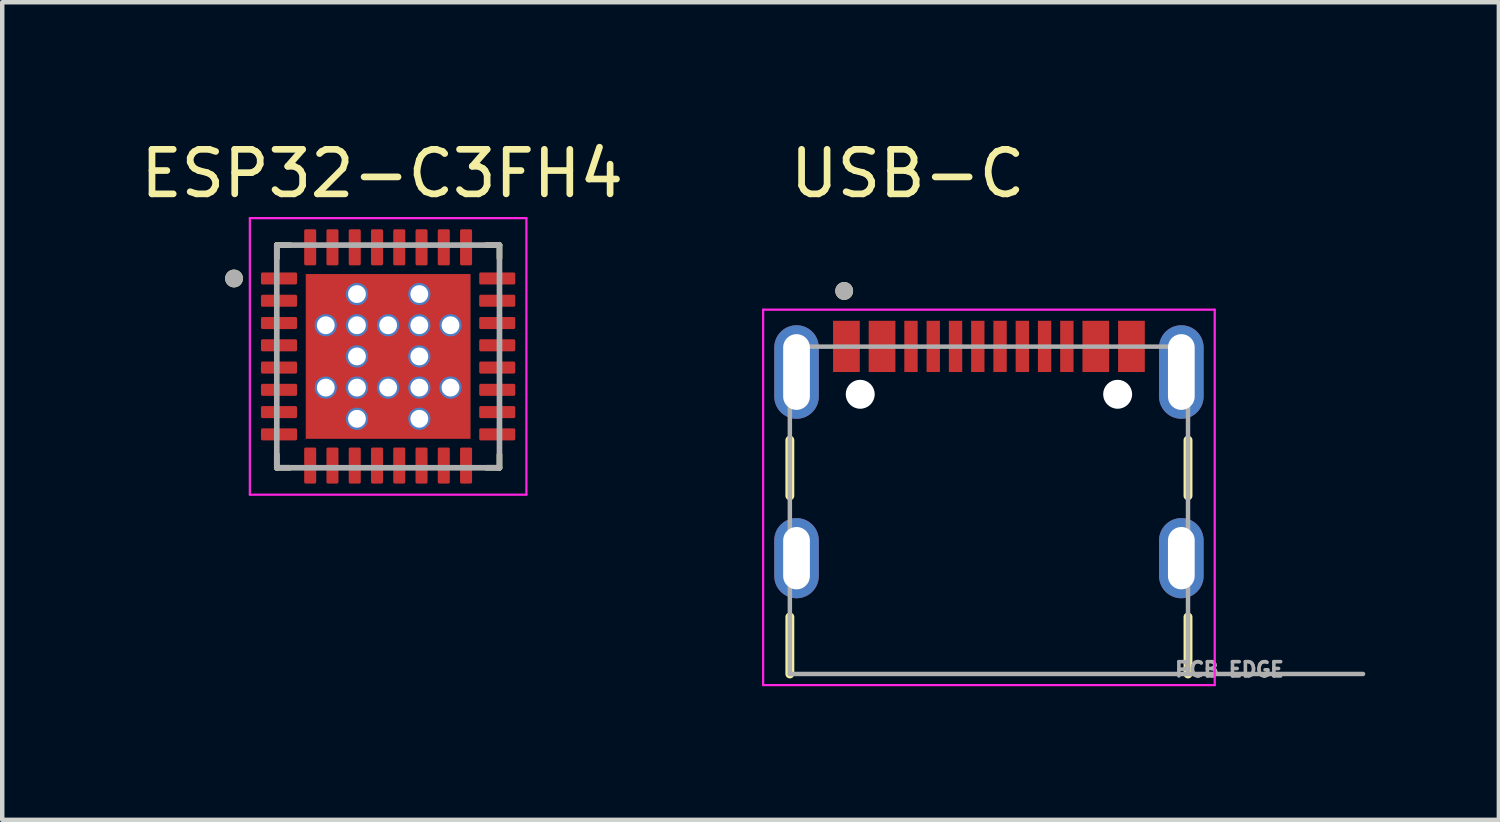
<source format=kicad_pcb>
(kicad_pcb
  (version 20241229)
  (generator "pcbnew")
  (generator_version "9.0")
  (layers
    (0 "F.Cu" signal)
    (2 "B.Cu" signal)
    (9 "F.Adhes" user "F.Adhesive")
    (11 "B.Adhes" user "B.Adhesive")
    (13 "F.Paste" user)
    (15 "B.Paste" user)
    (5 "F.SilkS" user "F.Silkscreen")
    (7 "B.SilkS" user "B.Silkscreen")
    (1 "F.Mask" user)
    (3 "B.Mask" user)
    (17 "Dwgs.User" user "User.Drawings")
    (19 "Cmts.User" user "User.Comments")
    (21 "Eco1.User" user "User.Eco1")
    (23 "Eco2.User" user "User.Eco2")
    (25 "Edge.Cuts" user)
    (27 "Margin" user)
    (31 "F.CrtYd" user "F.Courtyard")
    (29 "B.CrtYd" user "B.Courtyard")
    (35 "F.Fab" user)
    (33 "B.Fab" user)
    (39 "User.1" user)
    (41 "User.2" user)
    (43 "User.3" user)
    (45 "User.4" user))
  (footprint "USB-C"
    (layer "F.Cu")
    (at 19.155 9.483)
    (property "Reference" "USB-C" (at -1.825 -8.635 0) (layer "F.SilkS") (effects (font (size 1 1) (thickness 0.15))))
    (attr smd)
    (fp_poly (pts (xy -3.55 -5.38) (xy -2.85 -5.38) (xy -2.85 -4.13) (xy -3.55 -4.13)) (stroke (width 0.01) (type solid)) (fill yes) (layer "F.Mask"))
    (fp_poly (pts (xy -2.75 -5.38) (xy -2.05 -5.38) (xy -2.05 -4.13) (xy -2.75 -4.13)) (stroke (width 0.01) (type solid)) (fill yes) (layer "F.Mask"))
    (fp_poly (pts (xy -1.95 -5.38) (xy -1.55 -5.38) (xy -1.55 -4.13) (xy -1.95 -4.13)) (stroke (width 0.01) (type solid)) (fill yes) (layer "F.Mask"))
    (fp_poly (pts (xy -1.45 -5.38) (xy -1.05 -5.38) (xy -1.05 -4.13) (xy -1.45 -4.13)) (stroke (width 0.01) (type solid)) (fill yes) (layer "F.Mask"))
    (fp_poly (pts (xy -0.95 -5.38) (xy -0.55 -5.38) (xy -0.55 -4.13) (xy -0.95 -4.13)) (stroke (width 0.01) (type solid)) (fill yes) (layer "F.Mask"))
    (fp_poly (pts (xy -0.45 -5.38) (xy -0.05 -5.38) (xy -0.05 -4.13) (xy -0.45 -4.13)) (stroke (width 0.01) (type solid)) (fill yes) (layer "F.Mask"))
    (fp_poly (pts (xy 0.05 -5.38) (xy 0.45 -5.38) (xy 0.45 -4.13) (xy 0.05 -4.13)) (stroke (width 0.01) (type solid)) (fill yes) (layer "F.Mask"))
    (fp_poly (pts (xy 0.55 -5.38) (xy 0.95 -5.38) (xy 0.95 -4.13) (xy 0.55 -4.13)) (stroke (width 0.01) (type solid)) (fill yes) (layer "F.Mask"))
    (fp_poly (pts (xy 1.05 -5.38) (xy 1.45 -5.38) (xy 1.45 -4.13) (xy 1.05 -4.13)) (stroke (width 0.01) (type solid)) (fill yes) (layer "F.Mask"))
    (fp_poly (pts (xy 1.55 -5.38) (xy 1.95 -5.38) (xy 1.95 -4.13) (xy 1.55 -4.13)) (stroke (width 0.01) (type solid)) (fill yes) (layer "F.Mask"))
    (fp_poly (pts (xy 2.05 -5.38) (xy 2.75 -5.38) (xy 2.75 -4.13) (xy 2.05 -4.13)) (stroke (width 0.01) (type solid)) (fill yes) (layer "F.Mask"))
    (fp_poly (pts (xy 2.85 -5.38) (xy 3.55 -5.38) (xy 3.55 -4.13) (xy 2.85 -4.13)) (stroke (width 0.01) (type solid)) (fill yes) (layer "F.Mask"))
    (fp_line (start -4.47 -2.65) (end -4.47 -1.4) (stroke (width 0.2) (type solid)) (layer "F.SilkS"))
    (fp_line (start -4.47 1.32) (end -4.47 2.6) (stroke (width 0.2) (type solid)) (layer "F.SilkS"))
    (fp_line (start 4.47 -2.65) (end 4.47 -1.4) (stroke (width 0.2) (type solid)) (layer "F.SilkS"))
    (fp_line (start 4.47 2.6) (end 4.47 1.32) (stroke (width 0.2) (type solid)) (layer "F.SilkS"))
    (fp_circle (center -3.25 -6) (end -3.15 -6) (stroke (width 0.2) (type solid)) (fill no) (layer "F.SilkS"))
    (fp_line (start -5.07 -5.58) (end -5.07 2.85) (stroke (width 0.05) (type solid)) (layer "F.CrtYd"))
    (fp_line (start -5.07 2.85) (end 5.07 2.85) (stroke (width 0.05) (type solid)) (layer "F.CrtYd"))
    (fp_line (start 5.07 -5.58) (end -5.07 -5.58) (stroke (width 0.05) (type solid)) (layer "F.CrtYd"))
    (fp_line (start 5.07 2.85) (end 5.07 -5.58) (stroke (width 0.05) (type solid)) (layer "F.CrtYd"))
    (fp_line (start -4.47 -4.75) (end 4.47 -4.75) (stroke (width 0.1) (type solid)) (layer "F.Fab"))
    (fp_line (start -4.47 2.6) (end -4.47 -4.75) (stroke (width 0.1) (type solid)) (layer "F.Fab"))
    (fp_line (start 4.47 -4.75) (end 4.47 2.6) (stroke (width 0.1) (type solid)) (layer "F.Fab"))
    (fp_line (start 4.47 2.6) (end -4.47 2.6) (stroke (width 0.1) (type solid)) (layer "F.Fab"))
    (fp_line (start 4.47 2.6) (end 8.4 2.6) (stroke (width 0.1) (type solid)) (layer "F.Fab"))
    (fp_circle (center -3.25 -6) (end -3.15 -6) (stroke (width 0.2) (type solid)) (fill no) (layer "F.Fab"))
    (fp_text user "PCB EDGE" (at 5.4 2.5 0) (layer "F.Fab") (effects (font (size 0.32 0.32) (thickness 0.15))))
    (pad "" np_thru_hole circle (at -2.89 -3.68) (size 0.65 0.65) (drill 0.65) (layers "*.Cu" "*.Mask"))
    (pad "" np_thru_hole circle (at 2.89 -3.68) (size 0.65 0.65) (drill 0.65) (layers "*.Cu" "*.Mask"))
    (pad "A1_B12" smd rect (at -3.2 -4.755) (size 0.6 1.15) (layers "F.Cu" "F.Paste"))
    (pad "A4_B9" smd rect (at -2.4 -4.755) (size 0.6 1.15) (layers "F.Cu" "F.Paste"))
    (pad "A5" smd rect (at -1.25 -4.755) (size 0.3 1.15) (layers "F.Cu" "F.Paste"))
    (pad "A6" smd rect (at -0.25 -4.755) (size 0.3 1.15) (layers "F.Cu" "F.Paste"))
    (pad "A7" smd rect (at 0.25 -4.755) (size 0.3 1.15) (layers "F.Cu" "F.Paste"))
    (pad "A8" smd rect (at 1.25 -4.755) (size 0.3 1.15) (layers "F.Cu" "F.Paste"))
    (pad "B1_A12" smd rect (at 3.2 -4.755) (size 0.6 1.15) (layers "F.Cu" "F.Paste"))
    (pad "B4_A9" smd rect (at 2.4 -4.755) (size 0.6 1.15) (layers "F.Cu" "F.Paste"))
    (pad "B5" smd rect (at 1.75 -4.755) (size 0.3 1.15) (layers "F.Cu" "F.Paste"))
    (pad "B6" smd rect (at 0.75 -4.755) (size 0.3 1.15) (layers "F.Cu" "F.Paste"))
    (pad "B7" smd rect (at -0.75 -4.755) (size 0.3 1.15) (layers "F.Cu" "F.Paste"))
    (pad "B8" smd rect (at -1.75 -4.755) (size 0.3 1.15) (layers "F.Cu" "F.Paste"))
    (pad "SH1" thru_hole oval (at -4.32 -4.18) (size 1 2.1) (drill oval 0.6 1.7) (layers "*.Cu" "*.Mask"))
    (pad "SH2" thru_hole oval (at 4.32 -4.18) (size 1 2.1) (drill oval 0.6 1.7) (layers "*.Cu" "*.Mask"))
    (pad "SH3" thru_hole oval (at -4.32 0) (size 1 1.8) (drill oval 0.6 1.4) (layers "*.Cu" "*.Mask"))
    (pad "SH4" thru_hole oval (at 4.32 0) (size 1 1.8) (drill oval 0.6 1.4) (layers "*.Cu" "*.Mask")))
  (footprint "ESP32-C3FH4"
    (layer "F.Cu")
    (at 5.665 4.953)
    (property "Reference" "ESP32-C3FH4" (at -0.135 -4.105 0) (layer "F.SilkS") (effects (font (size 1 1) (thickness 0.15))))
    (attr smd)
    (fp_line (start -2.5 -2.5) (end -2.5 -2.205) (stroke (width 0.127) (type solid)) (layer "F.SilkS"))
    (fp_line (start -2.5 -2.5) (end -2.205 -2.5) (stroke (width 0.127) (type solid)) (layer "F.SilkS"))
    (fp_line (start -2.5 2.5) (end -2.5 2.205) (stroke (width 0.127) (type solid)) (layer "F.SilkS"))
    (fp_line (start -2.5 2.5) (end -2.205 2.5) (stroke (width 0.127) (type solid)) (layer "F.SilkS"))
    (fp_line (start 2.5 -2.5) (end 2.205 -2.5) (stroke (width 0.127) (type solid)) (layer "F.SilkS"))
    (fp_line (start 2.5 -2.5) (end 2.5 -2.205) (stroke (width 0.127) (type solid)) (layer "F.SilkS"))
    (fp_line (start 2.5 2.5) (end 2.205 2.5) (stroke (width 0.127) (type solid)) (layer "F.SilkS"))
    (fp_line (start 2.5 2.5) (end 2.5 2.205) (stroke (width 0.127) (type solid)) (layer "F.SilkS"))
    (fp_circle (center -3.46 -1.75) (end -3.36 -1.75) (stroke (width 0.2) (type solid)) (fill no) (layer "F.SilkS"))
    (fp_poly (pts (xy -1.85 -1.85) (xy -0.95 -1.85) (xy -0.95 -0.95) (xy -1.85 -0.95)) (stroke (width 0.01) (type solid)) (fill yes) (layer "F.Paste"))
    (fp_poly (pts (xy -1.85 -0.45) (xy -0.95 -0.45) (xy -0.95 0.45) (xy -1.85 0.45)) (stroke (width 0.01) (type solid)) (fill yes) (layer "F.Paste"))
    (fp_poly (pts (xy -1.85 0.95) (xy -0.95 0.95) (xy -0.95 1.85) (xy -1.85 1.85)) (stroke (width 0.01) (type solid)) (fill yes) (layer "F.Paste"))
    (fp_poly (pts (xy -0.45 -1.85) (xy 0.45 -1.85) (xy 0.45 -0.95) (xy -0.45 -0.95)) (stroke (width 0.01) (type solid)) (fill yes) (layer "F.Paste"))
    (fp_poly (pts (xy -0.45 -0.45) (xy 0.45 -0.45) (xy 0.45 0.45) (xy -0.45 0.45)) (stroke (width 0.01) (type solid)) (fill yes) (layer "F.Paste"))
    (fp_poly (pts (xy -0.45 0.95) (xy 0.45 0.95) (xy 0.45 1.85) (xy -0.45 1.85)) (stroke (width 0.01) (type solid)) (fill yes) (layer "F.Paste"))
    (fp_poly (pts (xy 0.95 -1.85) (xy 1.85 -1.85) (xy 1.85 -0.95) (xy 0.95 -0.95)) (stroke (width 0.01) (type solid)) (fill yes) (layer "F.Paste"))
    (fp_poly (pts (xy 0.95 -0.45) (xy 1.85 -0.45) (xy 1.85 0.45) (xy 0.95 0.45)) (stroke (width 0.01) (type solid)) (fill yes) (layer "F.Paste"))
    (fp_poly (pts (xy 0.95 0.95) (xy 1.85 0.95) (xy 1.85 1.85) (xy 0.95 1.85)) (stroke (width 0.01) (type solid)) (fill yes) (layer "F.Paste"))
    (fp_line (start -3.105 -3.105) (end 3.105 -3.105) (stroke (width 0.05) (type solid)) (layer "F.CrtYd"))
    (fp_line (start -3.105 3.105) (end -3.105 -3.105) (stroke (width 0.05) (type solid)) (layer "F.CrtYd"))
    (fp_line (start -3.105 3.105) (end 3.105 3.105) (stroke (width 0.05) (type solid)) (layer "F.CrtYd"))
    (fp_line (start 3.105 3.105) (end 3.105 -3.105) (stroke (width 0.05) (type solid)) (layer "F.CrtYd"))
    (fp_line (start -2.5 2.5) (end -2.5 -2.5) (stroke (width 0.127) (type solid)) (layer "F.Fab"))
    (fp_line (start 2.5 -2.5) (end -2.5 -2.5) (stroke (width 0.127) (type solid)) (layer "F.Fab"))
    (fp_line (start 2.5 2.5) (end -2.5 2.5) (stroke (width 0.127) (type solid)) (layer "F.Fab"))
    (fp_line (start 2.5 2.5) (end 2.5 -2.5) (stroke (width 0.127) (type solid)) (layer "F.Fab"))
    (fp_circle (center -3.46 -1.75) (end -3.36 -1.75) (stroke (width 0.2) (type solid)) (fill no) (layer "F.Fab"))
    (pad "1" smd roundrect (at -2.45 -1.75) (size 0.81 0.27) (layers "F.Cu" "F.Mask" "F.Paste") (roundrect_rratio 0.125))
    (pad "2" smd roundrect (at -2.45 -1.25) (size 0.81 0.27) (layers "F.Cu" "F.Mask" "F.Paste") (roundrect_rratio 0.125))
    (pad "3" smd roundrect (at -2.45 -0.75) (size 0.81 0.27) (layers "F.Cu" "F.Mask" "F.Paste") (roundrect_rratio 0.125))
    (pad "4" smd roundrect (at -2.45 -0.25) (size 0.81 0.27) (layers "F.Cu" "F.Mask" "F.Paste") (roundrect_rratio 0.125))
    (pad "5" smd roundrect (at -2.45 0.25) (size 0.81 0.27) (layers "F.Cu" "F.Mask" "F.Paste") (roundrect_rratio 0.125))
    (pad "6" smd roundrect (at -2.45 0.75) (size 0.81 0.27) (layers "F.Cu" "F.Mask" "F.Paste") (roundrect_rratio 0.125))
    (pad "7" smd roundrect (at -2.45 1.25) (size 0.81 0.27) (layers "F.Cu" "F.Mask" "F.Paste") (roundrect_rratio 0.125))
    (pad "8" smd roundrect (at -2.45 1.75) (size 0.81 0.27) (layers "F.Cu" "F.Mask" "F.Paste") (roundrect_rratio 0.125))
    (pad "9" smd roundrect (at -1.75 2.45) (size 0.27 0.81) (layers "F.Cu" "F.Mask" "F.Paste") (roundrect_rratio 0.125))
    (pad "10" smd roundrect (at -1.25 2.45) (size 0.27 0.81) (layers "F.Cu" "F.Mask" "F.Paste") (roundrect_rratio 0.125))
    (pad "11" smd roundrect (at -0.75 2.45) (size 0.27 0.81) (layers "F.Cu" "F.Mask" "F.Paste") (roundrect_rratio 0.125))
    (pad "12" smd roundrect (at -0.25 2.45) (size 0.27 0.81) (layers "F.Cu" "F.Mask" "F.Paste") (roundrect_rratio 0.125))
    (pad "13" smd roundrect (at 0.25 2.45) (size 0.27 0.81) (layers "F.Cu" "F.Mask" "F.Paste") (roundrect_rratio 0.125))
    (pad "14" smd roundrect (at 0.75 2.45) (size 0.27 0.81) (layers "F.Cu" "F.Mask" "F.Paste") (roundrect_rratio 0.125))
    (pad "15" smd roundrect (at 1.25 2.45) (size 0.27 0.81) (layers "F.Cu" "F.Mask" "F.Paste") (roundrect_rratio 0.125))
    (pad "16" smd roundrect (at 1.75 2.45) (size 0.27 0.81) (layers "F.Cu" "F.Mask" "F.Paste") (roundrect_rratio 0.125))
    (pad "17" smd roundrect (at 2.45 1.75) (size 0.81 0.27) (layers "F.Cu" "F.Mask" "F.Paste") (roundrect_rratio 0.125))
    (pad "18" smd roundrect (at 2.45 1.25) (size 0.81 0.27) (layers "F.Cu" "F.Mask" "F.Paste") (roundrect_rratio 0.125))
    (pad "19" smd roundrect (at 2.45 0.75) (size 0.81 0.27) (layers "F.Cu" "F.Mask" "F.Paste") (roundrect_rratio 0.125))
    (pad "20" smd roundrect (at 2.45 0.25) (size 0.81 0.27) (layers "F.Cu" "F.Mask" "F.Paste") (roundrect_rratio 0.125))
    (pad "21" smd roundrect (at 2.45 -0.25) (size 0.81 0.27) (layers "F.Cu" "F.Mask" "F.Paste") (roundrect_rratio 0.125))
    (pad "22" smd roundrect (at 2.45 -0.75) (size 0.81 0.27) (layers "F.Cu" "F.Mask" "F.Paste") (roundrect_rratio 0.125))
    (pad "23" smd roundrect (at 2.45 -1.25) (size 0.81 0.27) (layers "F.Cu" "F.Mask" "F.Paste") (roundrect_rratio 0.125))
    (pad "24" smd roundrect (at 2.45 -1.75) (size 0.81 0.27) (layers "F.Cu" "F.Mask" "F.Paste") (roundrect_rratio 0.125))
    (pad "25" smd roundrect (at 1.75 -2.45) (size 0.27 0.81) (layers "F.Cu" "F.Mask" "F.Paste") (roundrect_rratio 0.125))
    (pad "26" smd roundrect (at 1.25 -2.45) (size 0.27 0.81) (layers "F.Cu" "F.Mask" "F.Paste") (roundrect_rratio 0.125))
    (pad "27" smd roundrect (at 0.75 -2.45) (size 0.27 0.81) (layers "F.Cu" "F.Mask" "F.Paste") (roundrect_rratio 0.125))
    (pad "28" smd roundrect (at 0.25 -2.45) (size 0.27 0.81) (layers "F.Cu" "F.Mask" "F.Paste") (roundrect_rratio 0.125))
    (pad "29" smd roundrect (at -0.25 -2.45) (size 0.27 0.81) (layers "F.Cu" "F.Mask" "F.Paste") (roundrect_rratio 0.125))
    (pad "30" smd roundrect (at -0.75 -2.45) (size 0.27 0.81) (layers "F.Cu" "F.Mask" "F.Paste") (roundrect_rratio 0.125))
    (pad "31" smd roundrect (at -1.25 -2.45) (size 0.27 0.81) (layers "F.Cu" "F.Mask" "F.Paste") (roundrect_rratio 0.125))
    (pad "32" smd roundrect (at -1.75 -2.45) (size 0.27 0.81) (layers "F.Cu" "F.Mask" "F.Paste") (roundrect_rratio 0.125))
    (pad "33" smd rect (at 0 0) (size 3.7 3.7) (layers "F.Cu" "F.Mask"))
    (pad "34" thru_hole circle (at -0.7 -1.4) (size 0.5 0.5) (drill 0.4) (layers "*.Cu"))
    (pad "35" thru_hole circle (at 0.7 -1.4) (size 0.5 0.5) (drill 0.4) (layers "*.Cu"))
    (pad "36" thru_hole circle (at -1.4 -0.7) (size 0.5 0.5) (drill 0.4) (layers "*.Cu"))
    (pad "37" thru_hole circle (at -0.7 -0.7) (size 0.5 0.5) (drill 0.4) (layers "*.Cu"))
    (pad "38" thru_hole circle (at 0 -0.7) (size 0.5 0.5) (drill 0.4) (layers "*.Cu"))
    (pad "39" thru_hole circle (at 0.7 -0.7) (size 0.5 0.5) (drill 0.4) (layers "*.Cu"))
    (pad "40" thru_hole circle (at 1.4 -0.7) (size 0.5 0.5) (drill 0.4) (layers "*.Cu"))
    (pad "41" thru_hole circle (at -0.7 0) (size 0.5 0.5) (drill 0.4) (layers "*.Cu"))
    (pad "42" thru_hole circle (at 0.7 0) (size 0.5 0.5) (drill 0.4) (layers "*.Cu"))
    (pad "43" thru_hole circle (at -1.4 0.7) (size 0.5 0.5) (drill 0.4) (layers "*.Cu"))
    (pad "44" thru_hole circle (at -0.7 0.7) (size 0.5 0.5) (drill 0.4) (layers "*.Cu"))
    (pad "45" thru_hole circle (at 0 0.7) (size 0.5 0.5) (drill 0.4) (layers "*.Cu"))
    (pad "46" thru_hole circle (at 0.7 0.7) (size 0.5 0.5) (drill 0.4) (layers "*.Cu"))
    (pad "47" thru_hole circle (at 1.4 0.7) (size 0.5 0.5) (drill 0.4) (layers "*.Cu"))
    (pad "48" thru_hole circle (at -0.7 1.4) (size 0.5 0.5) (drill 0.4) (layers "*.Cu"))
    (pad "49" thru_hole circle (at 0.7 1.4) (size 0.5 0.5) (drill 0.4) (layers "*.Cu")))
  (gr_rect
    (start -3 -3)
    (end 30.605 15.358)
    (stroke (width 0.1) (type default))
    (fill no)
    (layer "Edge.Cuts")))
</source>
